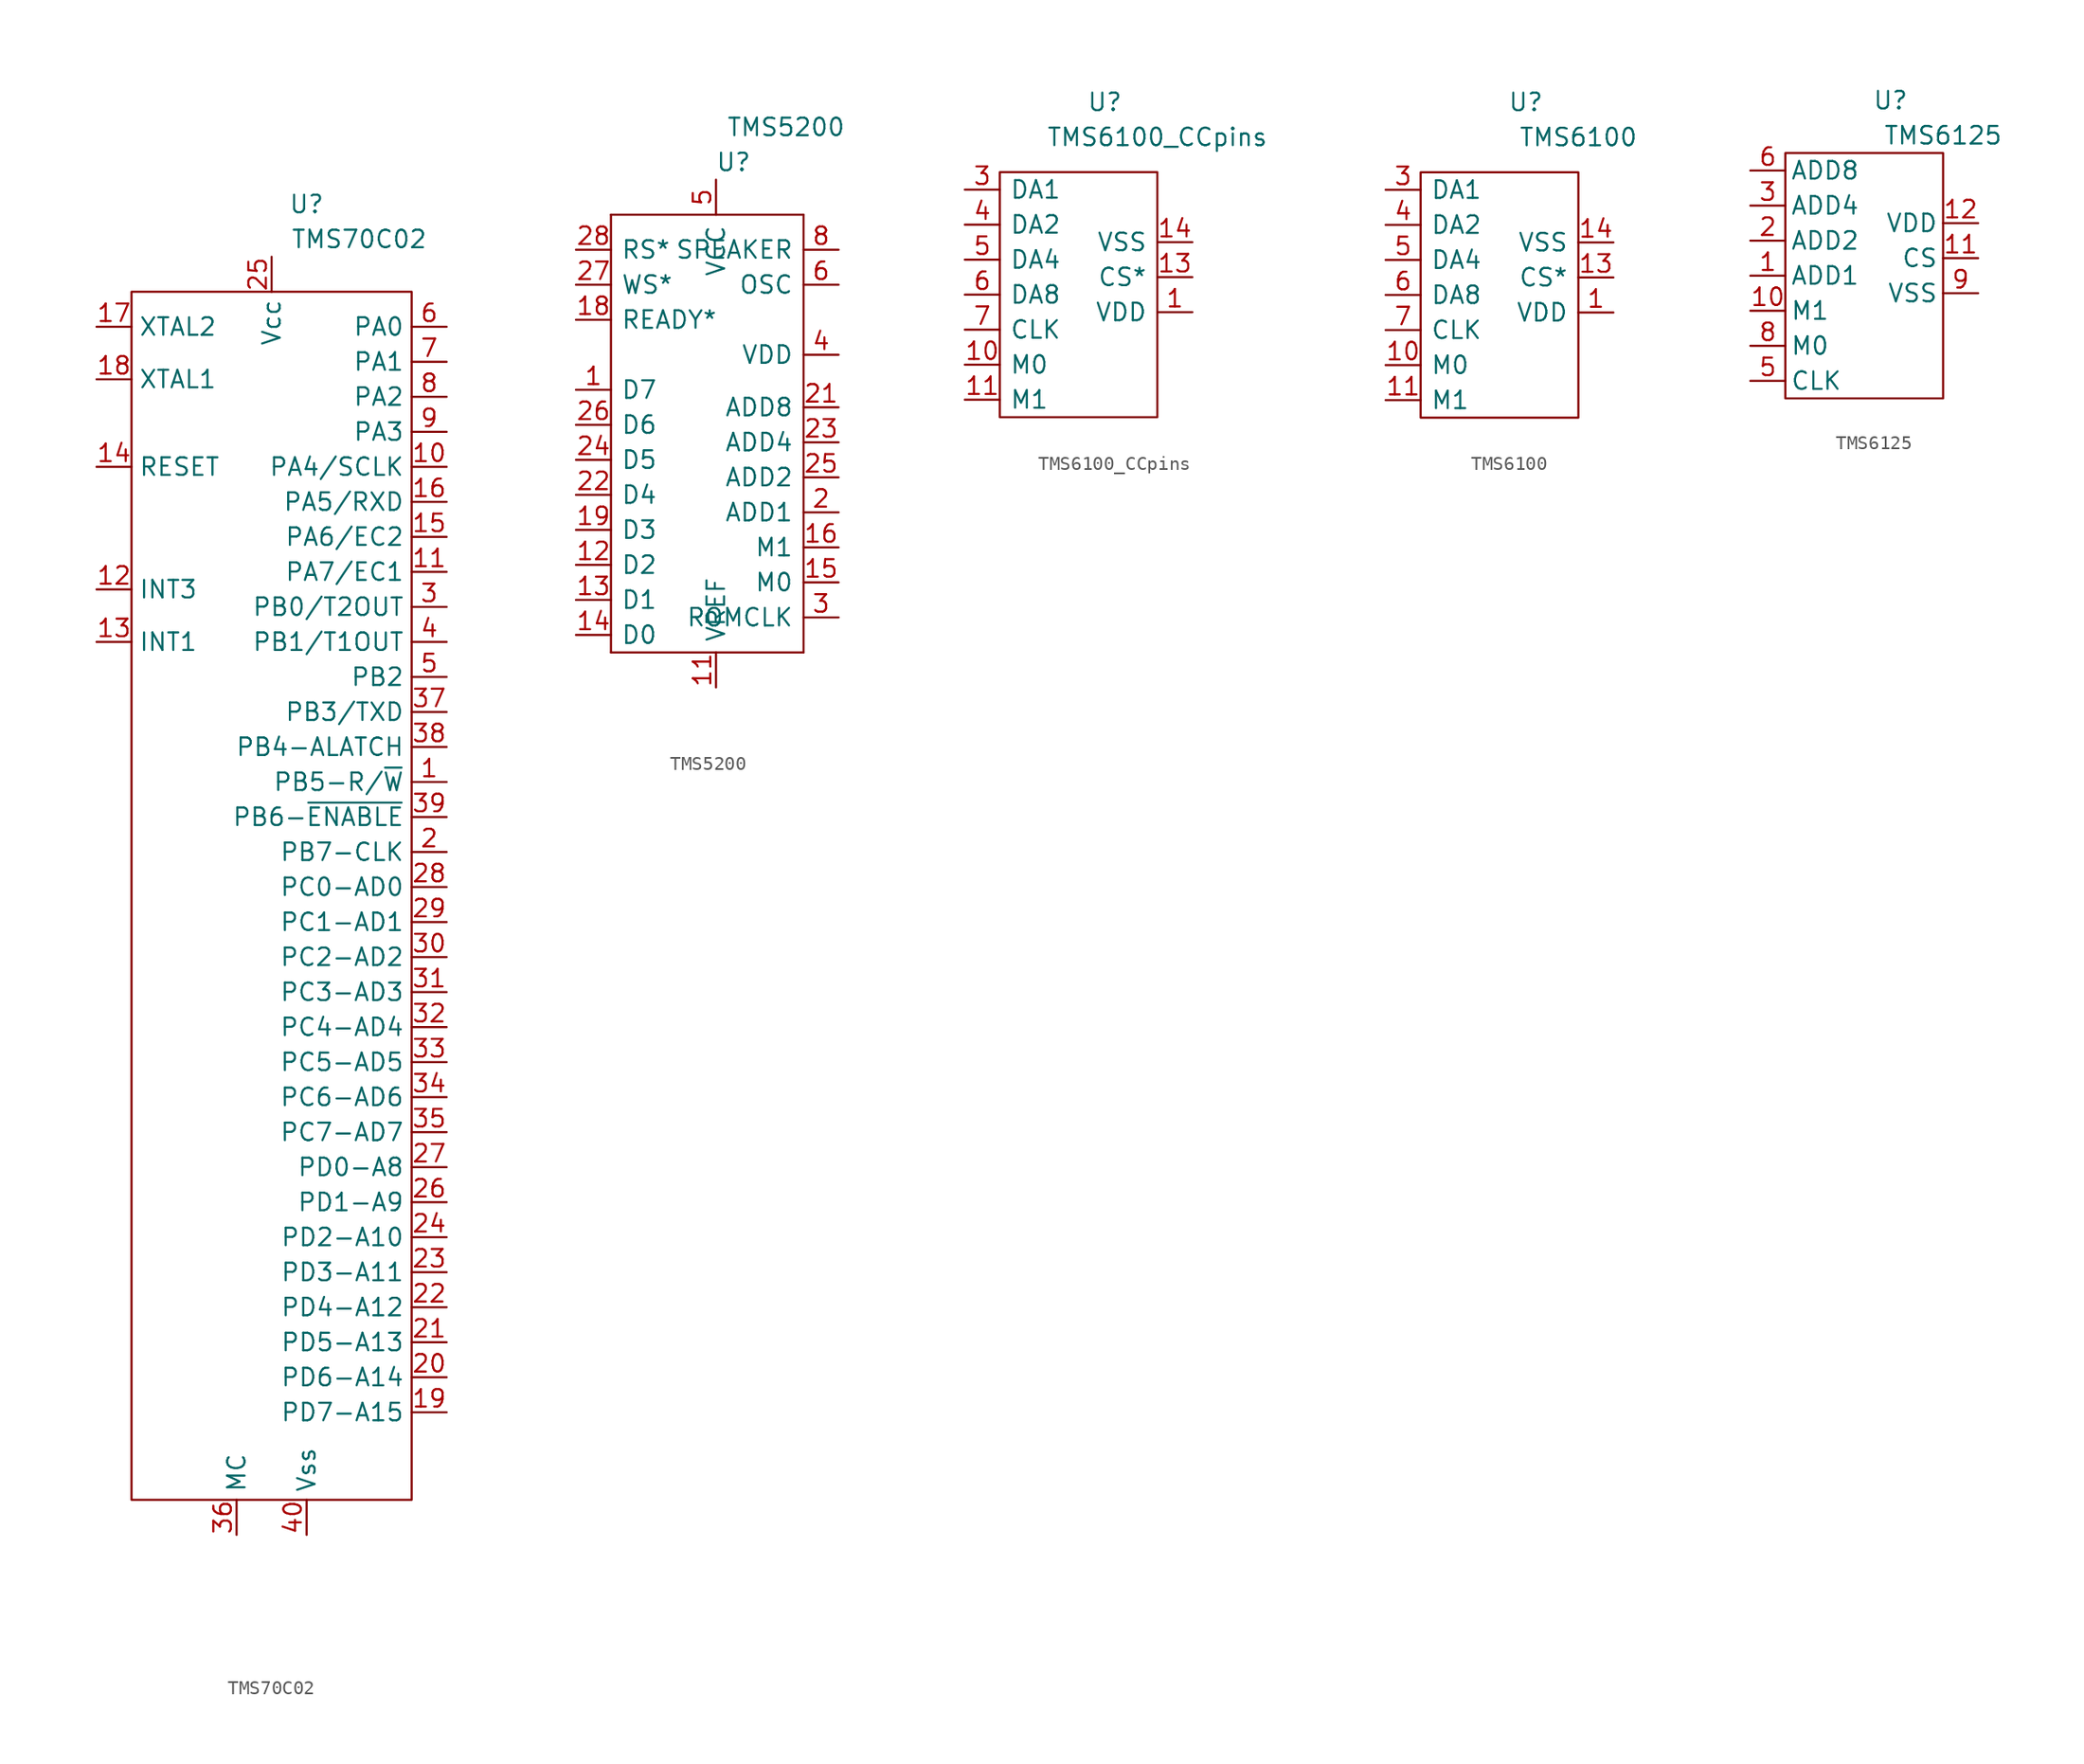
<source format=kicad_sym>
(kicad_symbol_lib
  (version 20231120)
  (generator "kicad_symbol_editor")
  (generator_version "8.0")
  (symbol "TMS70C02"
    (property "Reference" "U"
      (at 2.54 6.35 0)
      (effects (font (size 1.27 1.27))))
    (property "Value" "TMS70C02"
      (at 6.35 3.81 0)
      (effects (font (size 1.27 1.27))))
    (symbol "TMS70C02_0_1"
      (rectangle (start -10.16 0) (end 10.16 -87.63) (stroke (width 0) (type default)) (fill (type none))))
    (symbol "TMS70C02_1_1"
      (pin output line (at 12.7 -35.56 180) (length 2.54) (name "PB5-R/~{W}" (effects (font (size 1.27 1.27)))) (number "1" (effects (font (size 1.27 1.27)))))
      (pin bidirectional line (at 12.7 -12.7 180) (length 2.54) (name "PA4/SCLK" (effects (font (size 1.27 1.27)))) (number "10" (effects (font (size 1.27 1.27)))))
      (pin bidirectional line (at 12.7 -20.32 180) (length 2.54) (name "PA7/EC1" (effects (font (size 1.27 1.27)))) (number "11" (effects (font (size 1.27 1.27)))))
      (pin input line (at -12.7 -21.59 0) (length 2.54) (name "INT3" (effects (font (size 1.27 1.27)))) (number "12" (effects (font (size 1.27 1.27)))))
      (pin input line (at -12.7 -25.4 0) (length 2.54) (name "INT1" (effects (font (size 1.27 1.27)))) (number "13" (effects (font (size 1.27 1.27)))))
      (pin input line (at -12.7 -12.7 0) (length 2.54) (name "RESET" (effects (font (size 1.27 1.27)))) (number "14" (effects (font (size 1.27 1.27)))))
      (pin bidirectional line (at 12.7 -17.78 180) (length 2.54) (name "PA6/EC2" (effects (font (size 1.27 1.27)))) (number "15" (effects (font (size 1.27 1.27)))))
      (pin bidirectional line (at 12.7 -15.24 180) (length 2.54) (name "PA5/RXD" (effects (font (size 1.27 1.27)))) (number "16" (effects (font (size 1.27 1.27)))))
      (pin input line (at -12.7 -2.54 0) (length 2.54) (name "XTAL2" (effects (font (size 1.27 1.27)))) (number "17" (effects (font (size 1.27 1.27)))))
      (pin input line (at -12.7 -6.35 0) (length 2.54) (name "XTAL1" (effects (font (size 1.27 1.27)))) (number "18" (effects (font (size 1.27 1.27)))))
      (pin bidirectional line (at 12.7 -81.28 180) (length 2.54) (name "PD7-A15" (effects (font (size 1.27 1.27)))) (number "19" (effects (font (size 1.27 1.27)))))
      (pin output line (at 12.7 -40.64 180) (length 2.54) (name "PB7-CLK" (effects (font (size 1.27 1.27)))) (number "2" (effects (font (size 1.27 1.27)))))
      (pin bidirectional line (at 12.7 -78.74 180) (length 2.54) (name "PD6-A14" (effects (font (size 1.27 1.27)))) (number "20" (effects (font (size 1.27 1.27)))))
      (pin bidirectional line (at 12.7 -76.2 180) (length 2.54) (name "PD5-A13" (effects (font (size 1.27 1.27)))) (number "21" (effects (font (size 1.27 1.27)))))
      (pin bidirectional line (at 12.7 -73.66 180) (length 2.54) (name "PD4-A12" (effects (font (size 1.27 1.27)))) (number "22" (effects (font (size 1.27 1.27)))))
      (pin bidirectional line (at 12.7 -71.12 180) (length 2.54) (name "PD3-A11" (effects (font (size 1.27 1.27)))) (number "23" (effects (font (size 1.27 1.27)))))
      (pin bidirectional line (at 12.7 -68.58 180) (length 2.54) (name "PD2-A10" (effects (font (size 1.27 1.27)))) (number "24" (effects (font (size 1.27 1.27)))))
      (pin power_in line (at 0 2.54 270) (length 2.54) (name "Vcc" (effects (font (size 1.27 1.27)))) (number "25" (effects (font (size 1.27 1.27)))))
      (pin bidirectional line (at 12.7 -66.04 180) (length 2.54) (name "PD1-A9" (effects (font (size 1.27 1.27)))) (number "26" (effects (font (size 1.27 1.27)))))
      (pin bidirectional line (at 12.7 -63.5 180) (length 2.54) (name "PD0-A8" (effects (font (size 1.27 1.27)))) (number "27" (effects (font (size 1.27 1.27)))))
      (pin bidirectional line (at 12.7 -43.18 180) (length 2.54) (name "PC0-AD0" (effects (font (size 1.27 1.27)))) (number "28" (effects (font (size 1.27 1.27)))))
      (pin bidirectional line (at 12.7 -45.72 180) (length 2.54) (name "PC1-AD1" (effects (font (size 1.27 1.27)))) (number "29" (effects (font (size 1.27 1.27)))))
      (pin output line (at 12.7 -22.86 180) (length 2.54) (name "PB0/T2OUT" (effects (font (size 1.27 1.27)))) (number "3" (effects (font (size 1.27 1.27)))))
      (pin bidirectional line (at 12.7 -48.26 180) (length 2.54) (name "PC2-AD2" (effects (font (size 1.27 1.27)))) (number "30" (effects (font (size 1.27 1.27)))))
      (pin bidirectional line (at 12.7 -50.8 180) (length 2.54) (name "PC3-AD3" (effects (font (size 1.27 1.27)))) (number "31" (effects (font (size 1.27 1.27)))))
      (pin bidirectional line (at 12.7 -53.34 180) (length 2.54) (name "PC4-AD4" (effects (font (size 1.27 1.27)))) (number "32" (effects (font (size 1.27 1.27)))))
      (pin bidirectional line (at 12.7 -55.88 180) (length 2.54) (name "PC5-AD5" (effects (font (size 1.27 1.27)))) (number "33" (effects (font (size 1.27 1.27)))))
      (pin bidirectional line (at 12.7 -58.42 180) (length 2.54) (name "PC6-AD6" (effects (font (size 1.27 1.27)))) (number "34" (effects (font (size 1.27 1.27)))))
      (pin bidirectional line (at 12.7 -60.96 180) (length 2.54) (name "PC7-AD7" (effects (font (size 1.27 1.27)))) (number "35" (effects (font (size 1.27 1.27)))))
      (pin input line (at -2.54 -90.17 90) (length 2.54) (name "MC" (effects (font (size 1.27 1.27)))) (number "36" (effects (font (size 1.27 1.27)))))
      (pin output line (at 12.7 -30.48 180) (length 2.54) (name "PB3/TXD" (effects (font (size 1.27 1.27)))) (number "37" (effects (font (size 1.27 1.27)))))
      (pin output line (at 12.7 -33.02 180) (length 2.54) (name "PB4-ALATCH" (effects (font (size 1.27 1.27)))) (number "38" (effects (font (size 1.27 1.27)))))
      (pin output line (at 12.7 -38.1 180) (length 2.54) (name "PB6-~{ENABLE}" (effects (font (size 1.27 1.27)))) (number "39" (effects (font (size 1.27 1.27)))))
      (pin output line (at 12.7 -25.4 180) (length 2.54) (name "PB1/T1OUT" (effects (font (size 1.27 1.27)))) (number "4" (effects (font (size 1.27 1.27)))))
      (pin power_in line (at 2.54 -90.17 90) (length 2.54) (name "Vss" (effects (font (size 1.27 1.27)))) (number "40" (effects (font (size 1.27 1.27)))))
      (pin output line (at 12.7 -27.94 180) (length 2.54) (name "PB2" (effects (font (size 1.27 1.27)))) (number "5" (effects (font (size 1.27 1.27)))))
      (pin bidirectional line (at 12.7 -2.54 180) (length 2.54) (name "PA0" (effects (font (size 1.27 1.27)))) (number "6" (effects (font (size 1.27 1.27)))))
      (pin bidirectional line (at 12.7 -5.08 180) (length 2.54) (name "PA1" (effects (font (size 1.27 1.27)))) (number "7" (effects (font (size 1.27 1.27)))))
      (pin bidirectional line (at 12.7 -7.62 180) (length 2.54) (name "PA2" (effects (font (size 1.27 1.27)))) (number "8" (effects (font (size 1.27 1.27)))))
      (pin bidirectional line (at 12.7 -10.16 180) (length 2.54) (name "PA3" (effects (font (size 1.27 1.27)))) (number "9" (effects (font (size 1.27 1.27)))))))
  (symbol "TMS5200"
    (pin_names
      (offset 0.711))
    (property "Reference" "U"
      (at 1.27 -5.08 0)
      (effects (font (size 1.27 1.27))))
    (property "Value" "TMS5200"
      (at 5.08 -2.54 0)
      (effects (font (size 1.27 1.27))))
    (symbol "TMS5200_0_1"
      (rectangle (start -7.62 -40.64) (end -7.62 -8.89) (stroke (width 0) (type default)) (fill (type none)))
      (rectangle (start -7.62 -8.89) (end 6.35 -8.89) (stroke (width 0) (type default)) (fill (type none)))
      (rectangle (start 6.35 -40.64) (end -7.62 -40.64) (stroke (width 0) (type default)) (fill (type none)))
      (rectangle (start 6.35 -8.89) (end 6.35 -40.64) (stroke (width 0) (type default)) (fill (type none))))
    (symbol "TMS5200_1_1"
      (pin input line (at -10.16 -21.59 0) (length 2.54) (name "D7" (effects (font (size 1.27 1.27)))) (number "1" (effects (font (size 1.27 1.27)))))
      (pin power_in line (at 0 -43.18 90) (length 2.54) (name "VREF" (effects (font (size 1.27 1.27)))) (number "11" (effects (font (size 1.27 1.27)))))
      (pin input line (at -10.16 -34.29 0) (length 2.54) (name "D2" (effects (font (size 1.27 1.27)))) (number "12" (effects (font (size 1.27 1.27)))))
      (pin input line (at -10.16 -36.83 0) (length 2.54) (name "D1" (effects (font (size 1.27 1.27)))) (number "13" (effects (font (size 1.27 1.27)))))
      (pin input line (at -10.16 -39.37 0) (length 2.54) (name "D0" (effects (font (size 1.27 1.27)))) (number "14" (effects (font (size 1.27 1.27)))))
      (pin output line (at 8.89 -35.56 180) (length 2.54) (name "M0" (effects (font (size 1.27 1.27)))) (number "15" (effects (font (size 1.27 1.27)))))
      (pin output line (at 8.89 -33.02 180) (length 2.54) (name "M1" (effects (font (size 1.27 1.27)))) (number "16" (effects (font (size 1.27 1.27)))))
      (pin input line (at -10.16 -16.51 0) (length 2.54) (name "READY*" (effects (font (size 1.27 1.27)))) (number "18" (effects (font (size 1.27 1.27)))))
      (pin input line (at -10.16 -31.75 0) (length 2.54) (name "D3" (effects (font (size 1.27 1.27)))) (number "19" (effects (font (size 1.27 1.27)))))
      (pin bidirectional line (at 8.89 -30.48 180) (length 2.54) (name "ADD1" (effects (font (size 1.27 1.27)))) (number "2" (effects (font (size 1.27 1.27)))))
      (pin bidirectional line (at 8.89 -22.86 180) (length 2.54) (name "ADD8" (effects (font (size 1.27 1.27)))) (number "21" (effects (font (size 1.27 1.27)))))
      (pin input line (at -10.16 -29.21 0) (length 2.54) (name "D4" (effects (font (size 1.27 1.27)))) (number "22" (effects (font (size 1.27 1.27)))))
      (pin bidirectional line (at 8.89 -25.4 180) (length 2.54) (name "ADD4" (effects (font (size 1.27 1.27)))) (number "23" (effects (font (size 1.27 1.27)))))
      (pin input line (at -10.16 -26.67 0) (length 2.54) (name "D5" (effects (font (size 1.27 1.27)))) (number "24" (effects (font (size 1.27 1.27)))))
      (pin bidirectional line (at 8.89 -27.94 180) (length 2.54) (name "ADD2" (effects (font (size 1.27 1.27)))) (number "25" (effects (font (size 1.27 1.27)))))
      (pin input line (at -10.16 -24.13 0) (length 2.54) (name "D6" (effects (font (size 1.27 1.27)))) (number "26" (effects (font (size 1.27 1.27)))))
      (pin input line (at -10.16 -13.97 0) (length 2.54) (name "WS*" (effects (font (size 1.27 1.27)))) (number "27" (effects (font (size 1.27 1.27)))))
      (pin input line (at -10.16 -11.43 0) (length 2.54) (name "RS*" (effects (font (size 1.27 1.27)))) (number "28" (effects (font (size 1.27 1.27)))))
      (pin output line (at 8.89 -38.1 180) (length 2.54) (name "ROMCLK" (effects (font (size 1.27 1.27)))) (number "3" (effects (font (size 1.27 1.27)))))
      (pin power_in line (at 8.89 -19.05 180) (length 2.54) (name "VDD" (effects (font (size 1.27 1.27)))) (number "4" (effects (font (size 1.27 1.27)))))
      (pin power_in line (at 0 -6.35 270) (length 2.54) (name "VCC" (effects (font (size 1.27 1.27)))) (number "5" (effects (font (size 1.27 1.27)))))
      (pin output line (at 8.89 -13.97 180) (length 2.54) (name "OSC" (effects (font (size 1.27 1.27)))) (number "6" (effects (font (size 1.27 1.27)))))
      (pin output line (at 8.89 -11.43 180) (length 2.54) (name "SPEAKER" (effects (font (size 1.27 1.27)))) (number "8" (effects (font (size 1.27 1.27)))))))
  (symbol "TMS6100_CCpins"
    (pin_names
      (offset 0.711))
    (property "Reference" "U"
      (at 1.27 3.81 0)
      (effects (font (size 1.27 1.27))))
    (property "Value" "TMS6100_CCpins"
      (at 5.08 1.27 0)
      (effects (font (size 1.27 1.27))))
    (symbol "TMS6100_CCpins_0_1"
      (rectangle (start -6.35 -1.27) (end 5.08 -19.05) (stroke (width 0) (type default)) (fill (type none))))
    (symbol "TMS6100_CCpins_1_1"
      (pin power_in line (at 7.62 -11.43 180) (length 2.54) (name "VDD" (effects (font (size 1.27 1.27)))) (number "1" (effects (font (size 1.27 1.27)))))
      (pin input line (at -8.89 -15.24 0) (length 2.54) (name "M0" (effects (font (size 1.27 1.27)))) (number "10" (effects (font (size 1.27 1.27)))))
      (pin input line (at -8.89 -17.78 0) (length 2.54) (name "M1" (effects (font (size 1.27 1.27)))) (number "11" (effects (font (size 1.27 1.27)))))
      (pin input line (at 7.62 -8.89 180) (length 2.54) (name "CS*" (effects (font (size 1.27 1.27)))) (number "13" (effects (font (size 1.27 1.27)))))
      (pin power_in line (at 7.62 -6.35 180) (length 2.54) (name "VSS" (effects (font (size 1.27 1.27)))) (number "14" (effects (font (size 1.27 1.27)))))
      (pin bidirectional line (at -8.89 -2.54 0) (length 2.54) (name "DA1" (effects (font (size 1.27 1.27)))) (number "3" (effects (font (size 1.27 1.27)))))
      (pin bidirectional line (at -8.89 -5.08 0) (length 2.54) (name "DA2" (effects (font (size 1.27 1.27)))) (number "4" (effects (font (size 1.27 1.27)))))
      (pin bidirectional line (at -8.89 -7.62 0) (length 2.54) (name "DA4" (effects (font (size 1.27 1.27)))) (number "5" (effects (font (size 1.27 1.27)))))
      (pin bidirectional line (at -8.89 -10.16 0) (length 2.54) (name "DA8" (effects (font (size 1.27 1.27)))) (number "6" (effects (font (size 1.27 1.27)))))
      (pin input line (at -8.89 -12.7 0) (length 2.54) (name "CLK" (effects (font (size 1.27 1.27)))) (number "7" (effects (font (size 1.27 1.27)))))))
  (symbol "TMS6100"
    (pin_names
      (offset 0.711))
    (property "Reference" "U"
      (at 1.27 3.81 0)
      (effects (font (size 1.27 1.27))))
    (property "Value" "TMS6100"
      (at 5.08 1.27 0)
      (effects (font (size 1.27 1.27))))
    (symbol "TMS6100_0_1"
      (rectangle (start -6.35 -1.27) (end 5.08 -19.05) (stroke (width 0) (type default)) (fill (type none))))
    (symbol "TMS6100_1_1"
      (pin power_in line (at 7.62 -11.43 180) (length 2.54) (name "VDD" (effects (font (size 1.27 1.27)))) (number "1" (effects (font (size 1.27 1.27)))))
      (pin input line (at -8.89 -15.24 0) (length 2.54) (name "M0" (effects (font (size 1.27 1.27)))) (number "10" (effects (font (size 1.27 1.27)))))
      (pin input line (at -8.89 -17.78 0) (length 2.54) (name "M1" (effects (font (size 1.27 1.27)))) (number "11" (effects (font (size 1.27 1.27)))))
      (pin input line (at 7.62 -8.89 180) (length 2.54) (name "CS*" (effects (font (size 1.27 1.27)))) (number "13" (effects (font (size 1.27 1.27)))))
      (pin power_in line (at 7.62 -6.35 180) (length 2.54) (name "VSS" (effects (font (size 1.27 1.27)))) (number "14" (effects (font (size 1.27 1.27)))))
      (pin bidirectional line (at -8.89 -2.54 0) (length 2.54) (name "DA1" (effects (font (size 1.27 1.27)))) (number "3" (effects (font (size 1.27 1.27)))))
      (pin bidirectional line (at -8.89 -5.08 0) (length 2.54) (name "DA2" (effects (font (size 1.27 1.27)))) (number "4" (effects (font (size 1.27 1.27)))))
      (pin bidirectional line (at -8.89 -7.62 0) (length 2.54) (name "DA4" (effects (font (size 1.27 1.27)))) (number "5" (effects (font (size 1.27 1.27)))))
      (pin bidirectional line (at -8.89 -10.16 0) (length 2.54) (name "DA8" (effects (font (size 1.27 1.27)))) (number "6" (effects (font (size 1.27 1.27)))))
      (pin input line (at -8.89 -12.7 0) (length 2.54) (name "CLK" (effects (font (size 1.27 1.27)))) (number "7" (effects (font (size 1.27 1.27)))))))
  (symbol "TMS6125"
    (pin_names
      (offset 0.356))
    (property "Reference" "U"
      (at 1.27 1.27 0)
      (effects (font (size 1.27 1.27))))
    (property "Value" "TMS6125"
      (at 5.08 -1.27 0)
      (effects (font (size 1.27 1.27))))
    (symbol "TMS6125_0_1"
      (rectangle (start -6.35 -2.54) (end 5.08 -20.32) (stroke (width 0) (type default)) (fill (type none))))
    (symbol "TMS6125_1_1"
      (pin bidirectional line (at -8.89 -11.43 0) (length 2.54) (name "ADD1" (effects (font (size 1.27 1.27)))) (number "1" (effects (font (size 1.27 1.27)))))
      (pin input line (at -8.89 -13.97 0) (length 2.54) (name "M1" (effects (font (size 1.27 1.27)))) (number "10" (effects (font (size 1.27 1.27)))))
      (pin input line (at 7.62 -10.16 180) (length 2.54) (name "CS" (effects (font (size 1.27 1.27)))) (number "11" (effects (font (size 1.27 1.27)))))
      (pin power_in line (at 7.62 -7.62 180) (length 2.54) (name "VDD" (effects (font (size 1.27 1.27)))) (number "12" (effects (font (size 1.27 1.27)))))
      (pin bidirectional line (at -8.89 -8.89 0) (length 2.54) (name "ADD2" (effects (font (size 1.27 1.27)))) (number "2" (effects (font (size 1.27 1.27)))))
      (pin bidirectional line (at -8.89 -6.35 0) (length 2.54) (name "ADD4" (effects (font (size 1.27 1.27)))) (number "3" (effects (font (size 1.27 1.27)))))
      (pin input line (at -8.89 -19.05 0) (length 2.54) (name "CLK" (effects (font (size 1.27 1.27)))) (number "5" (effects (font (size 1.27 1.27)))))
      (pin bidirectional line (at -8.89 -3.81 0) (length 2.54) (name "ADD8" (effects (font (size 1.27 1.27)))) (number "6" (effects (font (size 1.27 1.27)))))
      (pin input line (at -8.89 -16.51 0) (length 2.54) (name "M0" (effects (font (size 1.27 1.27)))) (number "8" (effects (font (size 1.27 1.27)))))
      (pin power_in line (at 7.62 -12.7 180) (length 2.54) (name "VSS" (effects (font (size 1.27 1.27)))) (number "9" (effects (font (size 1.27 1.27))))))))
</source>
